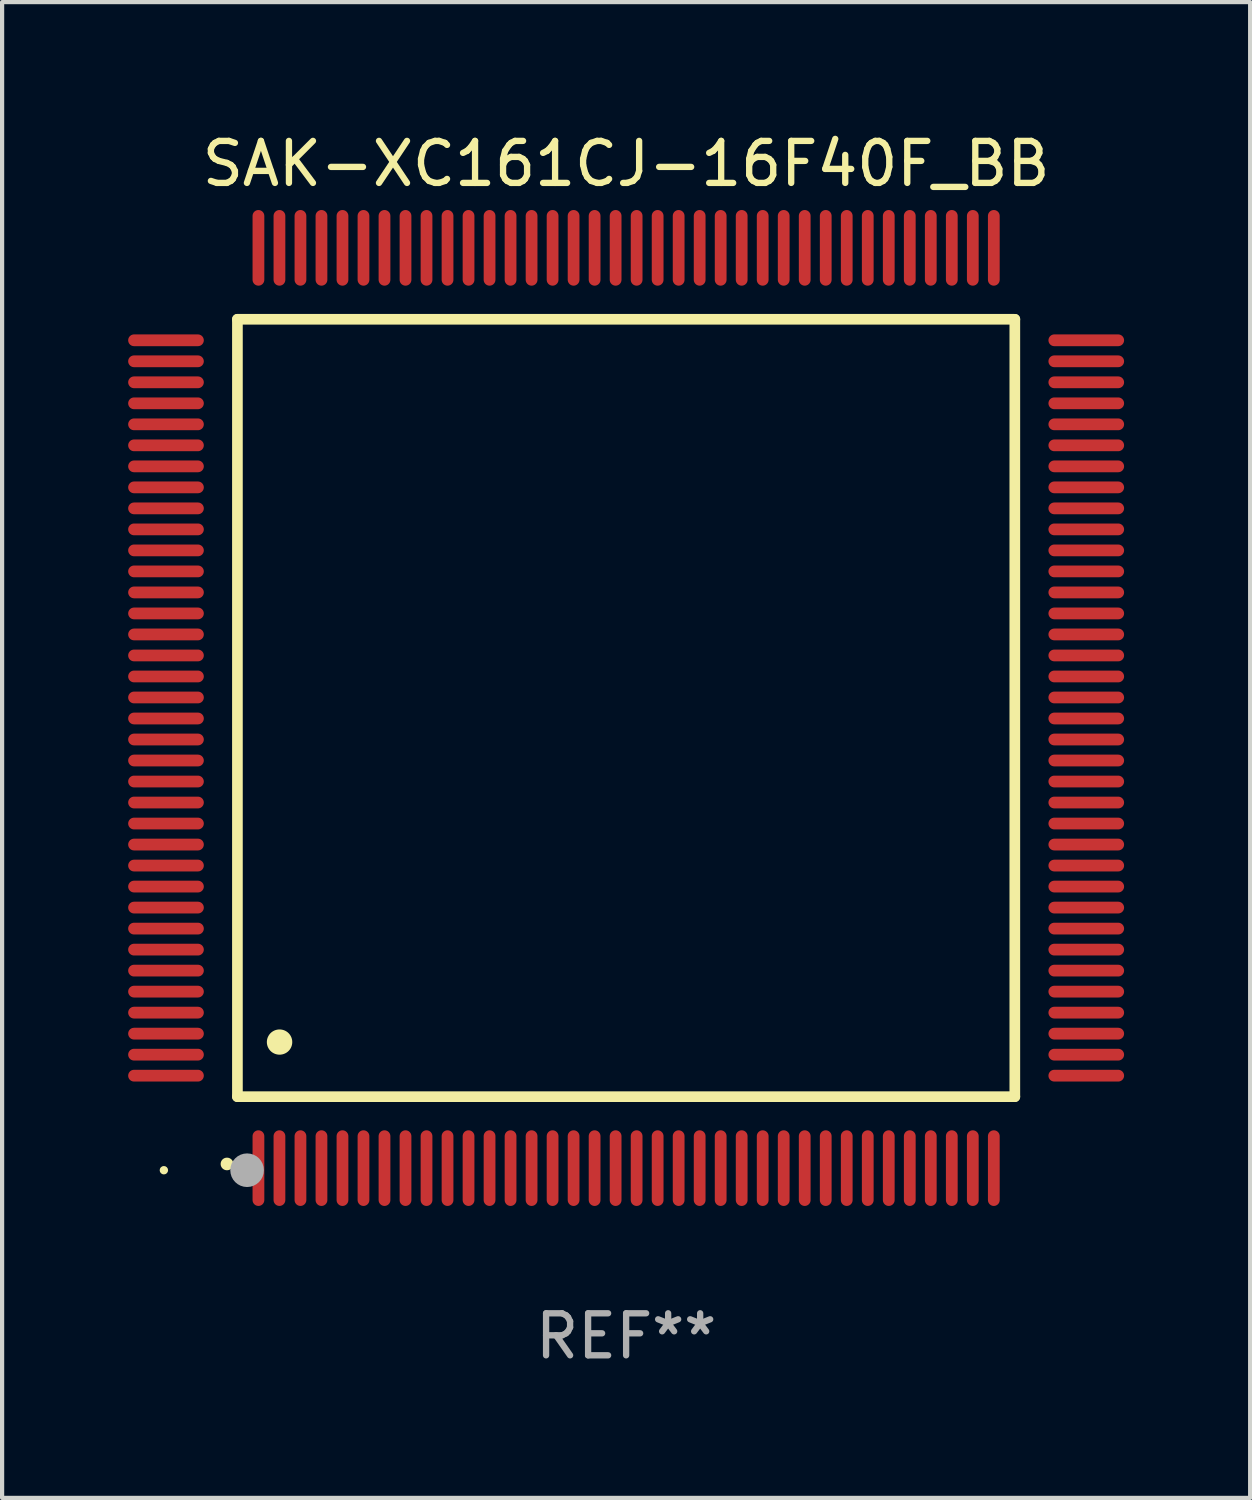
<source format=kicad_pcb>
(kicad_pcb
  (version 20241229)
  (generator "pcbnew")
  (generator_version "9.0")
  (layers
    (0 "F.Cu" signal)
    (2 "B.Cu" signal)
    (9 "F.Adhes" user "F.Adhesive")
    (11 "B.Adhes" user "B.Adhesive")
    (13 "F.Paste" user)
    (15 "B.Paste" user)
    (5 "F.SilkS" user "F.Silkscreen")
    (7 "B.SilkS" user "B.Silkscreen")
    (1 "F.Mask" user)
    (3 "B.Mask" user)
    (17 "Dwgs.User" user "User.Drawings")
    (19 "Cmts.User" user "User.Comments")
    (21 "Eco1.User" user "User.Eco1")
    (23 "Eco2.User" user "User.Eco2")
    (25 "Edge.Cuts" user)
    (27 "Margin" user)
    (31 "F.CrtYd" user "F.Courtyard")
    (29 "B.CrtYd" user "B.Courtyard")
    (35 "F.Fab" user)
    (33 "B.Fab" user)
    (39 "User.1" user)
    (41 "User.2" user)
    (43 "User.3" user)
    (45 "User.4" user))
  (footprint "SAK-XC161CJ-16F40F_BB"
    (layer "F.Cu")
    (at 11.85 13.798)
    (property "Reference" "SAK-XC161CJ-16F40F_BB" (at 0 -12.95 0) (layer "F.SilkS") (effects (font (size 1 1) (thickness 0.15))))
    (attr through_hole)
    (fp_line (start -9.25 -9.25) (end -9.25 9.25) (stroke (width 0.254) (type solid)) (layer "F.SilkS"))
    (fp_line (start -9.25 9.25) (end 9.25 9.25) (stroke (width 0.254) (type solid)) (layer "F.SilkS"))
    (fp_line (start 9.25 -9.25) (end -9.25 -9.25) (stroke (width 0.254) (type solid)) (layer "F.SilkS"))
    (fp_line (start 9.25 9.25) (end 9.25 -9.25) (stroke (width 0.254) (type solid)) (layer "F.SilkS"))
    (fp_arc (start -9.499619 10.850902) (mid -9.498349 10.850897) (end -9.497079 10.850902) (stroke (width 0.3) (type solid)) (layer "F.SilkS"))
    (fp_arc (start -8.249936 7.950216) (mid -8.247396 7.950205) (end -8.244856 7.950216) (stroke (width 0.6) (type solid)) (layer "F.SilkS"))
    (fp_circle (center -11 11) (end -10.95 11) (stroke (width 0.1) (type solid)) (fill no) (layer "F.SilkS"))
    (fp_circle (center -9.02 11) (end -8.82 11) (stroke (width 0.4) (type solid)) (fill no) (layer "F.Fab"))
    (fp_text user "REF**" (at 0 14.95 0) (layer "F.Fab") (effects (font (size 1 1) (thickness 0.15))))
    (pad "1" smd oval (at -8.75 10.95) (size 0.28 1.8) (layers "F.Cu" "F.Mask" "F.Paste"))
    (pad "2" smd oval (at -8.25 10.95) (size 0.28 1.8) (layers "F.Cu" "F.Mask" "F.Paste"))
    (pad "3" smd oval (at -7.75 10.95) (size 0.28 1.8) (layers "F.Cu" "F.Mask" "F.Paste"))
    (pad "4" smd oval (at -7.25 10.95) (size 0.28 1.8) (layers "F.Cu" "F.Mask" "F.Paste"))
    (pad "5" smd oval (at -6.75 10.95) (size 0.28 1.8) (layers "F.Cu" "F.Mask" "F.Paste"))
    (pad "6" smd oval (at -6.25 10.95) (size 0.28 1.8) (layers "F.Cu" "F.Mask" "F.Paste"))
    (pad "7" smd oval (at -5.75 10.95) (size 0.28 1.8) (layers "F.Cu" "F.Mask" "F.Paste"))
    (pad "8" smd oval (at -5.25 10.95) (size 0.28 1.8) (layers "F.Cu" "F.Mask" "F.Paste"))
    (pad "9" smd oval (at -4.75 10.95) (size 0.28 1.8) (layers "F.Cu" "F.Mask" "F.Paste"))
    (pad "10" smd oval (at -4.25 10.95) (size 0.28 1.8) (layers "F.Cu" "F.Mask" "F.Paste"))
    (pad "11" smd oval (at -3.75 10.95) (size 0.28 1.8) (layers "F.Cu" "F.Mask" "F.Paste"))
    (pad "12" smd oval (at -3.25 10.95) (size 0.28 1.8) (layers "F.Cu" "F.Mask" "F.Paste"))
    (pad "13" smd oval (at -2.75 10.95) (size 0.28 1.8) (layers "F.Cu" "F.Mask" "F.Paste"))
    (pad "14" smd oval (at -2.25 10.95) (size 0.28 1.8) (layers "F.Cu" "F.Mask" "F.Paste"))
    (pad "15" smd oval (at -1.75 10.95) (size 0.28 1.8) (layers "F.Cu" "F.Mask" "F.Paste"))
    (pad "16" smd oval (at -1.25 10.95) (size 0.28 1.8) (layers "F.Cu" "F.Mask" "F.Paste"))
    (pad "17" smd oval (at -0.75 10.95) (size 0.28 1.8) (layers "F.Cu" "F.Mask" "F.Paste"))
    (pad "18" smd oval (at -0.25 10.95) (size 0.28 1.8) (layers "F.Cu" "F.Mask" "F.Paste"))
    (pad "19" smd oval (at 0.25 10.95) (size 0.28 1.8) (layers "F.Cu" "F.Mask" "F.Paste"))
    (pad "20" smd oval (at 0.75 10.95) (size 0.28 1.8) (layers "F.Cu" "F.Mask" "F.Paste"))
    (pad "21" smd oval (at 1.25 10.95) (size 0.28 1.8) (layers "F.Cu" "F.Mask" "F.Paste"))
    (pad "22" smd oval (at 1.75 10.95) (size 0.28 1.8) (layers "F.Cu" "F.Mask" "F.Paste"))
    (pad "23" smd oval (at 2.25 10.95) (size 0.28 1.8) (layers "F.Cu" "F.Mask" "F.Paste"))
    (pad "24" smd oval (at 2.75 10.95) (size 0.28 1.8) (layers "F.Cu" "F.Mask" "F.Paste"))
    (pad "25" smd oval (at 3.25 10.95) (size 0.28 1.8) (layers "F.Cu" "F.Mask" "F.Paste"))
    (pad "26" smd oval (at 3.75 10.95) (size 0.28 1.8) (layers "F.Cu" "F.Mask" "F.Paste"))
    (pad "27" smd oval (at 4.25 10.95) (size 0.28 1.8) (layers "F.Cu" "F.Mask" "F.Paste"))
    (pad "28" smd oval (at 4.75 10.95) (size 0.28 1.8) (layers "F.Cu" "F.Mask" "F.Paste"))
    (pad "29" smd oval (at 5.25 10.95) (size 0.28 1.8) (layers "F.Cu" "F.Mask" "F.Paste"))
    (pad "30" smd oval (at 5.75 10.95) (size 0.28 1.8) (layers "F.Cu" "F.Mask" "F.Paste"))
    (pad "31" smd oval (at 6.25 10.95) (size 0.28 1.8) (layers "F.Cu" "F.Mask" "F.Paste"))
    (pad "32" smd oval (at 6.75 10.95) (size 0.28 1.8) (layers "F.Cu" "F.Mask" "F.Paste"))
    (pad "33" smd oval (at 7.25 10.95) (size 0.28 1.8) (layers "F.Cu" "F.Mask" "F.Paste"))
    (pad "34" smd oval (at 7.75 10.95) (size 0.28 1.8) (layers "F.Cu" "F.Mask" "F.Paste"))
    (pad "35" smd oval (at 8.25 10.95) (size 0.28 1.8) (layers "F.Cu" "F.Mask" "F.Paste"))
    (pad "36" smd oval (at 8.75 10.95) (size 0.28 1.8) (layers "F.Cu" "F.Mask" "F.Paste"))
    (pad "37" smd oval (at 10.95 8.75) (size 1.8 0.28) (layers "F.Cu" "F.Mask" "F.Paste"))
    (pad "38" smd oval (at 10.95 8.25) (size 1.8 0.28) (layers "F.Cu" "F.Mask" "F.Paste"))
    (pad "39" smd oval (at 10.95 7.75) (size 1.8 0.28) (layers "F.Cu" "F.Mask" "F.Paste"))
    (pad "40" smd oval (at 10.95 7.25) (size 1.8 0.28) (layers "F.Cu" "F.Mask" "F.Paste"))
    (pad "41" smd oval (at 10.95 6.75) (size 1.8 0.28) (layers "F.Cu" "F.Mask" "F.Paste"))
    (pad "42" smd oval (at 10.95 6.25) (size 1.8 0.28) (layers "F.Cu" "F.Mask" "F.Paste"))
    (pad "43" smd oval (at 10.95 5.75) (size 1.8 0.28) (layers "F.Cu" "F.Mask" "F.Paste"))
    (pad "44" smd oval (at 10.95 5.25) (size 1.8 0.28) (layers "F.Cu" "F.Mask" "F.Paste"))
    (pad "45" smd oval (at 10.95 4.75) (size 1.8 0.28) (layers "F.Cu" "F.Mask" "F.Paste"))
    (pad "46" smd oval (at 10.95 4.25) (size 1.8 0.28) (layers "F.Cu" "F.Mask" "F.Paste"))
    (pad "47" smd oval (at 10.95 3.75) (size 1.8 0.28) (layers "F.Cu" "F.Mask" "F.Paste"))
    (pad "48" smd oval (at 10.95 3.25) (size 1.8 0.28) (layers "F.Cu" "F.Mask" "F.Paste"))
    (pad "49" smd oval (at 10.95 2.75) (size 1.8 0.28) (layers "F.Cu" "F.Mask" "F.Paste"))
    (pad "50" smd oval (at 10.95 2.25) (size 1.8 0.28) (layers "F.Cu" "F.Mask" "F.Paste"))
    (pad "51" smd oval (at 10.95 1.75) (size 1.8 0.28) (layers "F.Cu" "F.Mask" "F.Paste"))
    (pad "52" smd oval (at 10.95 1.25) (size 1.8 0.28) (layers "F.Cu" "F.Mask" "F.Paste"))
    (pad "53" smd oval (at 10.95 0.75) (size 1.8 0.28) (layers "F.Cu" "F.Mask" "F.Paste"))
    (pad "54" smd oval (at 10.95 0.25) (size 1.8 0.28) (layers "F.Cu" "F.Mask" "F.Paste"))
    (pad "55" smd oval (at 10.95 -0.25) (size 1.8 0.28) (layers "F.Cu" "F.Mask" "F.Paste"))
    (pad "56" smd oval (at 10.95 -0.75) (size 1.8 0.28) (layers "F.Cu" "F.Mask" "F.Paste"))
    (pad "57" smd oval (at 10.95 -1.25) (size 1.8 0.28) (layers "F.Cu" "F.Mask" "F.Paste"))
    (pad "58" smd oval (at 10.95 -1.75) (size 1.8 0.28) (layers "F.Cu" "F.Mask" "F.Paste"))
    (pad "59" smd oval (at 10.95 -2.25) (size 1.8 0.28) (layers "F.Cu" "F.Mask" "F.Paste"))
    (pad "60" smd oval (at 10.95 -2.75) (size 1.8 0.28) (layers "F.Cu" "F.Mask" "F.Paste"))
    (pad "61" smd oval (at 10.95 -3.25) (size 1.8 0.28) (layers "F.Cu" "F.Mask" "F.Paste"))
    (pad "62" smd oval (at 10.95 -3.75) (size 1.8 0.28) (layers "F.Cu" "F.Mask" "F.Paste"))
    (pad "63" smd oval (at 10.95 -4.25) (size 1.8 0.28) (layers "F.Cu" "F.Mask" "F.Paste"))
    (pad "64" smd oval (at 10.95 -4.75) (size 1.8 0.28) (layers "F.Cu" "F.Mask" "F.Paste"))
    (pad "65" smd oval (at 10.95 -5.25) (size 1.8 0.28) (layers "F.Cu" "F.Mask" "F.Paste"))
    (pad "66" smd oval (at 10.95 -5.75) (size 1.8 0.28) (layers "F.Cu" "F.Mask" "F.Paste"))
    (pad "67" smd oval (at 10.95 -6.25) (size 1.8 0.28) (layers "F.Cu" "F.Mask" "F.Paste"))
    (pad "68" smd oval (at 10.95 -6.75) (size 1.8 0.28) (layers "F.Cu" "F.Mask" "F.Paste"))
    (pad "69" smd oval (at 10.95 -7.25) (size 1.8 0.28) (layers "F.Cu" "F.Mask" "F.Paste"))
    (pad "70" smd oval (at 10.95 -7.75) (size 1.8 0.28) (layers "F.Cu" "F.Mask" "F.Paste"))
    (pad "71" smd oval (at 10.95 -8.25) (size 1.8 0.28) (layers "F.Cu" "F.Mask" "F.Paste"))
    (pad "72" smd oval (at 10.95 -8.75) (size 1.8 0.28) (layers "F.Cu" "F.Mask" "F.Paste"))
    (pad "73" smd oval (at 8.75 -10.95) (size 0.28 1.8) (layers "F.Cu" "F.Mask" "F.Paste"))
    (pad "74" smd oval (at 8.25 -10.95) (size 0.28 1.8) (layers "F.Cu" "F.Mask" "F.Paste"))
    (pad "75" smd oval (at 7.75 -10.95) (size 0.28 1.8) (layers "F.Cu" "F.Mask" "F.Paste"))
    (pad "76" smd oval (at 7.25 -10.95) (size 0.28 1.8) (layers "F.Cu" "F.Mask" "F.Paste"))
    (pad "77" smd oval (at 6.75 -10.95) (size 0.28 1.8) (layers "F.Cu" "F.Mask" "F.Paste"))
    (pad "78" smd oval (at 6.25 -10.95) (size 0.28 1.8) (layers "F.Cu" "F.Mask" "F.Paste"))
    (pad "79" smd oval (at 5.75 -10.95) (size 0.28 1.8) (layers "F.Cu" "F.Mask" "F.Paste"))
    (pad "80" smd oval (at 5.25 -10.95) (size 0.28 1.8) (layers "F.Cu" "F.Mask" "F.Paste"))
    (pad "81" smd oval (at 4.75 -10.95) (size 0.28 1.8) (layers "F.Cu" "F.Mask" "F.Paste"))
    (pad "82" smd oval (at 4.25 -10.95) (size 0.28 1.8) (layers "F.Cu" "F.Mask" "F.Paste"))
    (pad "83" smd oval (at 3.75 -10.95) (size 0.28 1.8) (layers "F.Cu" "F.Mask" "F.Paste"))
    (pad "84" smd oval (at 3.25 -10.95) (size 0.28 1.8) (layers "F.Cu" "F.Mask" "F.Paste"))
    (pad "85" smd oval (at 2.75 -10.95) (size 0.28 1.8) (layers "F.Cu" "F.Mask" "F.Paste"))
    (pad "86" smd oval (at 2.25 -10.95) (size 0.28 1.8) (layers "F.Cu" "F.Mask" "F.Paste"))
    (pad "87" smd oval (at 1.75 -10.95) (size 0.28 1.8) (layers "F.Cu" "F.Mask" "F.Paste"))
    (pad "88" smd oval (at 1.25 -10.95) (size 0.28 1.8) (layers "F.Cu" "F.Mask" "F.Paste"))
    (pad "89" smd oval (at 0.75 -10.95) (size 0.28 1.8) (layers "F.Cu" "F.Mask" "F.Paste"))
    (pad "90" smd oval (at 0.25 -10.95) (size 0.28 1.8) (layers "F.Cu" "F.Mask" "F.Paste"))
    (pad "91" smd oval (at -0.25 -10.95) (size 0.28 1.8) (layers "F.Cu" "F.Mask" "F.Paste"))
    (pad "92" smd oval (at -0.75 -10.95) (size 0.28 1.8) (layers "F.Cu" "F.Mask" "F.Paste"))
    (pad "93" smd oval (at -1.25 -10.95) (size 0.28 1.8) (layers "F.Cu" "F.Mask" "F.Paste"))
    (pad "94" smd oval (at -1.75 -10.95) (size 0.28 1.8) (layers "F.Cu" "F.Mask" "F.Paste"))
    (pad "95" smd oval (at -2.25 -10.95) (size 0.28 1.8) (layers "F.Cu" "F.Mask" "F.Paste"))
    (pad "96" smd oval (at -2.75 -10.95) (size 0.28 1.8) (layers "F.Cu" "F.Mask" "F.Paste"))
    (pad "97" smd oval (at -3.25 -10.95) (size 0.28 1.8) (layers "F.Cu" "F.Mask" "F.Paste"))
    (pad "98" smd oval (at -3.75 -10.95) (size 0.28 1.8) (layers "F.Cu" "F.Mask" "F.Paste"))
    (pad "99" smd oval (at -4.25 -10.95) (size 0.28 1.8) (layers "F.Cu" "F.Mask" "F.Paste"))
    (pad "100" smd oval (at -4.75 -10.95) (size 0.28 1.8) (layers "F.Cu" "F.Mask" "F.Paste"))
    (pad "101" smd oval (at -5.25 -10.95) (size 0.28 1.8) (layers "F.Cu" "F.Mask" "F.Paste"))
    (pad "102" smd oval (at -5.75 -10.95) (size 0.28 1.8) (layers "F.Cu" "F.Mask" "F.Paste"))
    (pad "103" smd oval (at -6.25 -10.95) (size 0.28 1.8) (layers "F.Cu" "F.Mask" "F.Paste"))
    (pad "104" smd oval (at -6.75 -10.95) (size 0.28 1.8) (layers "F.Cu" "F.Mask" "F.Paste"))
    (pad "105" smd oval (at -7.25 -10.95) (size 0.28 1.8) (layers "F.Cu" "F.Mask" "F.Paste"))
    (pad "106" smd oval (at -7.75 -10.95) (size 0.28 1.8) (layers "F.Cu" "F.Mask" "F.Paste"))
    (pad "107" smd oval (at -8.25 -10.95) (size 0.28 1.8) (layers "F.Cu" "F.Mask" "F.Paste"))
    (pad "108" smd oval (at -8.75 -10.95) (size 0.28 1.8) (layers "F.Cu" "F.Mask" "F.Paste"))
    (pad "109" smd oval (at -10.95 -8.75) (size 1.8 0.28) (layers "F.Cu" "F.Mask" "F.Paste"))
    (pad "110" smd oval (at -10.95 -8.25) (size 1.8 0.28) (layers "F.Cu" "F.Mask" "F.Paste"))
    (pad "111" smd oval (at -10.95 -7.75) (size 1.8 0.28) (layers "F.Cu" "F.Mask" "F.Paste"))
    (pad "112" smd oval (at -10.95 -7.25) (size 1.8 0.28) (layers "F.Cu" "F.Mask" "F.Paste"))
    (pad "113" smd oval (at -10.95 -6.75) (size 1.8 0.28) (layers "F.Cu" "F.Mask" "F.Paste"))
    (pad "114" smd oval (at -10.95 -6.25) (size 1.8 0.28) (layers "F.Cu" "F.Mask" "F.Paste"))
    (pad "115" smd oval (at -10.95 -5.75) (size 1.8 0.28) (layers "F.Cu" "F.Mask" "F.Paste"))
    (pad "116" smd oval (at -10.95 -5.25) (size 1.8 0.28) (layers "F.Cu" "F.Mask" "F.Paste"))
    (pad "117" smd oval (at -10.95 -4.75) (size 1.8 0.28) (layers "F.Cu" "F.Mask" "F.Paste"))
    (pad "118" smd oval (at -10.95 -4.25) (size 1.8 0.28) (layers "F.Cu" "F.Mask" "F.Paste"))
    (pad "119" smd oval (at -10.95 -3.75) (size 1.8 0.28) (layers "F.Cu" "F.Mask" "F.Paste"))
    (pad "120" smd oval (at -10.95 -3.25) (size 1.8 0.28) (layers "F.Cu" "F.Mask" "F.Paste"))
    (pad "121" smd oval (at -10.95 -2.75) (size 1.8 0.28) (layers "F.Cu" "F.Mask" "F.Paste"))
    (pad "122" smd oval (at -10.95 -2.25) (size 1.8 0.28) (layers "F.Cu" "F.Mask" "F.Paste"))
    (pad "123" smd oval (at -10.95 -1.75) (size 1.8 0.28) (layers "F.Cu" "F.Mask" "F.Paste"))
    (pad "124" smd oval (at -10.95 -1.25) (size 1.8 0.28) (layers "F.Cu" "F.Mask" "F.Paste"))
    (pad "125" smd oval (at -10.95 -0.75) (size 1.8 0.28) (layers "F.Cu" "F.Mask" "F.Paste"))
    (pad "126" smd oval (at -10.95 -0.25) (size 1.8 0.28) (layers "F.Cu" "F.Mask" "F.Paste"))
    (pad "127" smd oval (at -10.95 0.25) (size 1.8 0.28) (layers "F.Cu" "F.Mask" "F.Paste"))
    (pad "128" smd oval (at -10.95 0.75) (size 1.8 0.28) (layers "F.Cu" "F.Mask" "F.Paste"))
    (pad "129" smd oval (at -10.95 1.25) (size 1.8 0.28) (layers "F.Cu" "F.Mask" "F.Paste"))
    (pad "130" smd oval (at -10.95 1.75) (size 1.8 0.28) (layers "F.Cu" "F.Mask" "F.Paste"))
    (pad "131" smd oval (at -10.95 2.25) (size 1.8 0.28) (layers "F.Cu" "F.Mask" "F.Paste"))
    (pad "132" smd oval (at -10.95 2.75) (size 1.8 0.28) (layers "F.Cu" "F.Mask" "F.Paste"))
    (pad "133" smd oval (at -10.95 3.25) (size 1.8 0.28) (layers "F.Cu" "F.Mask" "F.Paste"))
    (pad "134" smd oval (at -10.95 3.75) (size 1.8 0.28) (layers "F.Cu" "F.Mask" "F.Paste"))
    (pad "135" smd oval (at -10.95 4.25) (size 1.8 0.28) (layers "F.Cu" "F.Mask" "F.Paste"))
    (pad "136" smd oval (at -10.95 4.75) (size 1.8 0.28) (layers "F.Cu" "F.Mask" "F.Paste"))
    (pad "137" smd oval (at -10.95 5.25) (size 1.8 0.28) (layers "F.Cu" "F.Mask" "F.Paste"))
    (pad "138" smd oval (at -10.95 5.75) (size 1.8 0.28) (layers "F.Cu" "F.Mask" "F.Paste"))
    (pad "139" smd oval (at -10.95 6.25) (size 1.8 0.28) (layers "F.Cu" "F.Mask" "F.Paste"))
    (pad "140" smd oval (at -10.95 6.75) (size 1.8 0.28) (layers "F.Cu" "F.Mask" "F.Paste"))
    (pad "141" smd oval (at -10.95 7.25) (size 1.8 0.28) (layers "F.Cu" "F.Mask" "F.Paste"))
    (pad "142" smd oval (at -10.95 7.75) (size 1.8 0.28) (layers "F.Cu" "F.Mask" "F.Paste"))
    (pad "143" smd oval (at -10.95 8.25) (size 1.8 0.28) (layers "F.Cu" "F.Mask" "F.Paste"))
    (pad "144" smd oval (at -10.95 8.75) (size 1.8 0.28) (layers "F.Cu" "F.Mask" "F.Paste")))
  (gr_rect
    (start -3 -3)
    (end 26.7 32.596)
    (stroke (width 0.1) (type default))
    (fill no)
    (layer "Edge.Cuts")))
</source>
